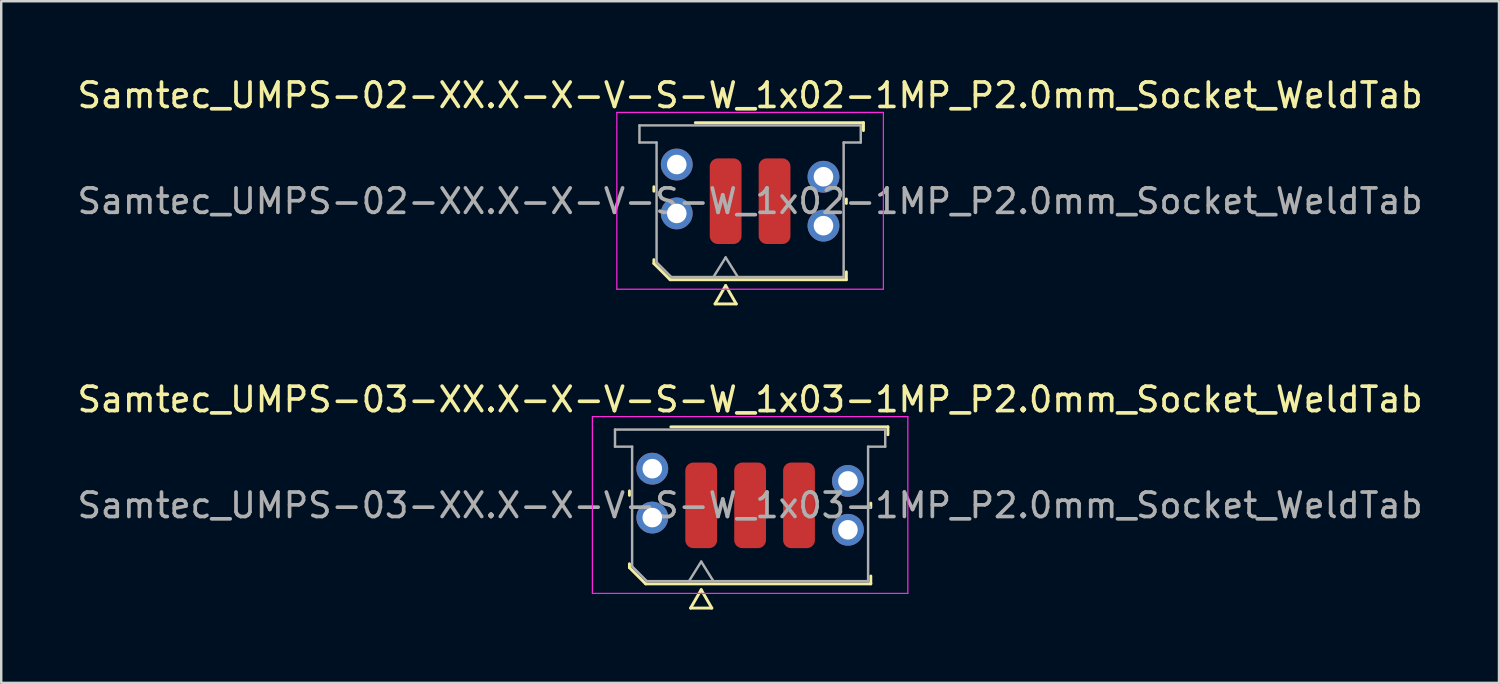
<source format=kicad_pcb>
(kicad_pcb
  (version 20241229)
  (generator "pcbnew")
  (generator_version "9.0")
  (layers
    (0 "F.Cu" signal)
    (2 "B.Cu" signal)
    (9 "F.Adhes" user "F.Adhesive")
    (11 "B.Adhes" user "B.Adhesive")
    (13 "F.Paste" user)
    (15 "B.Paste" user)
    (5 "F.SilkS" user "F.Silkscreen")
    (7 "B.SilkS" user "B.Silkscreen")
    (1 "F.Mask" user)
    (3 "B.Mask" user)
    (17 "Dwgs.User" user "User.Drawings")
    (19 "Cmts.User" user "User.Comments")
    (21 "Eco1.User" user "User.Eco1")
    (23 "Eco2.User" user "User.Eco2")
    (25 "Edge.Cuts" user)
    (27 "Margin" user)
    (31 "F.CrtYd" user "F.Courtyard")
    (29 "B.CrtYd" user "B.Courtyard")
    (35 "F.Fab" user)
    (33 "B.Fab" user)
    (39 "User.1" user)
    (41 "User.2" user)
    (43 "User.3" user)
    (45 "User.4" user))
  (footprint "Samtec_UMPS-03-XX.X-X-V-S-W_1x03-1MP_P2.0mm_Socket_WeldTab"
    (layer "F.Cu")
    (at 27.625 17.616)
    (property "Reference" "Samtec_UMPS-03-XX.X-X-V-S-W_1x03-1MP_P2.0mm_Socket_WeldTab" (at 0 -4.33 0) (layer "F.SilkS") (effects (font (size 1 1) (thickness 0.15))))
    (attr smd)
    (fp_line (start -4.935 -0.41) (end -4.935 -0.59) (stroke (width 0.12) (type solid)) (layer "F.SilkS"))
    (fp_line (start -4.935 2.546) (end -4.935 2.39) (stroke (width 0.12) (type solid)) (layer "F.SilkS"))
    (fp_line (start -4.271 3.21) (end -4.935 2.546) (stroke (width 0.12) (type solid)) (layer "F.SilkS"))
    (fp_line (start -3.24 -3.21) (end 5.635 -3.21) (stroke (width 0.12) (type solid)) (layer "F.SilkS"))
    (fp_line (start -2.433 4.2) (end -2 3.45) (stroke (width 0.12) (type solid)) (layer "F.SilkS"))
    (fp_line (start -2 3.45) (end -1.567 4.2) (stroke (width 0.12) (type solid)) (layer "F.SilkS"))
    (fp_line (start -1.567 4.2) (end -2.433 4.2) (stroke (width 0.12) (type solid)) (layer "F.SilkS"))
    (fp_line (start 4.935 -0.09) (end 4.935 0.09) (stroke (width 0.12) (type solid)) (layer "F.SilkS"))
    (fp_line (start 4.935 2.89) (end 4.935 3.21) (stroke (width 0.12) (type solid)) (layer "F.SilkS"))
    (fp_line (start 4.935 3.21) (end -4.271 3.21) (stroke (width 0.12) (type solid)) (layer "F.SilkS"))
    (fp_line (start 5.635 -3.21) (end 5.635 -2.89) (stroke (width 0.12) (type solid)) (layer "F.SilkS"))
    (fp_line (start -6.45 -3.63) (end -6.45 3.6) (stroke (width 0.05) (type solid)) (layer "F.CrtYd"))
    (fp_line (start -6.45 3.6) (end 6.45 3.6) (stroke (width 0.05) (type solid)) (layer "F.CrtYd"))
    (fp_line (start 6.45 -3.63) (end -6.45 -3.63) (stroke (width 0.05) (type solid)) (layer "F.CrtYd"))
    (fp_line (start 6.45 3.6) (end 6.45 -3.63) (stroke (width 0.05) (type solid)) (layer "F.CrtYd"))
    (fp_line (start -5.525 -3.1) (end 5.525 -3.1) (stroke (width 0.1) (type solid)) (layer "F.Fab"))
    (fp_line (start -5.525 -2.4) (end -5.525 -3.1) (stroke (width 0.1) (type solid)) (layer "F.Fab"))
    (fp_line (start -4.825 -2.4) (end -5.525 -2.4) (stroke (width 0.1) (type solid)) (layer "F.Fab"))
    (fp_line (start -4.825 2.5) (end -4.825 -2.4) (stroke (width 0.1) (type solid)) (layer "F.Fab"))
    (fp_line (start -4.225 3.1) (end -4.825 2.5) (stroke (width 0.1) (type solid)) (layer "F.Fab"))
    (fp_line (start -2.5 3.1) (end -2 2.3) (stroke (width 0.1) (type solid)) (layer "F.Fab"))
    (fp_line (start -2 2.3) (end -1.5 3.1) (stroke (width 0.1) (type solid)) (layer "F.Fab"))
    (fp_line (start 4.825 -2.4) (end 4.825 3.1) (stroke (width 0.1) (type solid)) (layer "F.Fab"))
    (fp_line (start 4.825 3.1) (end -4.225 3.1) (stroke (width 0.1) (type solid)) (layer "F.Fab"))
    (fp_line (start 5.525 -3.1) (end 5.525 -2.4) (stroke (width 0.1) (type solid)) (layer "F.Fab"))
    (fp_line (start 5.525 -2.4) (end 4.825 -2.4) (stroke (width 0.1) (type solid)) (layer "F.Fab"))
    (fp_text user "${REFERENCE}" (at 0 0 0) (layer "F.Fab") (effects (font (size 1 1) (thickness 0.15))))
    (pad "" smd rect (at -4.725 -1.99) (size 2.45 2.28) (layers "F.Paste"))
    (pad "" smd rect (at -4.725 0.99) (size 2.45 2.28) (layers "F.Paste"))
    (pad "" smd rect (at 4.725 -1.49) (size 2.45 2.28) (layers "F.Paste"))
    (pad "" smd rect (at 4.725 1.49) (size 2.45 2.28) (layers "F.Paste"))
    (pad "1" smd roundrect (at -2 0) (size 1.3 3.5) (layers "F.Cu" "F.Mask" "F.Paste") (roundrect_rratio 0.25))
    (pad "2" smd roundrect (at 0 0) (size 1.3 3.5) (layers "F.Cu" "F.Mask" "F.Paste") (roundrect_rratio 0.25))
    (pad "3" smd roundrect (at 2 0) (size 1.3 3.5) (layers "F.Cu" "F.Mask" "F.Paste") (roundrect_rratio 0.25))
    (pad "MP" thru_hole circle (at -4 -1.5) (size 1.3 1.3) (drill 0.8) (layers "*.Cu" "*.Mask"))
    (pad "MP" thru_hole circle (at -4 0.5) (size 1.3 1.3) (drill 0.8) (layers "*.Cu" "*.Mask"))
    (pad "MP" thru_hole circle (at 4 -1) (size 1.3 1.3) (drill 0.8) (layers "*.Cu" "*.Mask"))
    (pad "MP" thru_hole circle (at 4 1) (size 1.3 1.3) (drill 0.8) (layers "*.Cu" "*.Mask")))
  (footprint "Samtec_UMPS-02-XX.X-X-V-S-W_1x02-1MP_P2.0mm_Socket_WeldTab"
    (layer "F.Cu")
    (at 27.625 5.178)
    (property "Reference" "Samtec_UMPS-02-XX.X-X-V-S-W_1x02-1MP_P2.0mm_Socket_WeldTab" (at 0 -4.33 0) (layer "F.SilkS") (effects (font (size 1 1) (thickness 0.15))))
    (attr smd)
    (fp_line (start -3.935 -0.41) (end -3.935 -0.59) (stroke (width 0.12) (type solid)) (layer "F.SilkS"))
    (fp_line (start -3.935 2.546) (end -3.935 2.39) (stroke (width 0.12) (type solid)) (layer "F.SilkS"))
    (fp_line (start -3.271 3.21) (end -3.935 2.546) (stroke (width 0.12) (type solid)) (layer "F.SilkS"))
    (fp_line (start -2.24 -3.21) (end 4.635 -3.21) (stroke (width 0.12) (type solid)) (layer "F.SilkS"))
    (fp_line (start -1.433 4.2) (end -1 3.45) (stroke (width 0.12) (type solid)) (layer "F.SilkS"))
    (fp_line (start -1 3.45) (end -0.567 4.2) (stroke (width 0.12) (type solid)) (layer "F.SilkS"))
    (fp_line (start -0.567 4.2) (end -1.433 4.2) (stroke (width 0.12) (type solid)) (layer "F.SilkS"))
    (fp_line (start 3.935 -0.09) (end 3.935 0.09) (stroke (width 0.12) (type solid)) (layer "F.SilkS"))
    (fp_line (start 3.935 2.89) (end 3.935 3.21) (stroke (width 0.12) (type solid)) (layer "F.SilkS"))
    (fp_line (start 3.935 3.21) (end -3.271 3.21) (stroke (width 0.12) (type solid)) (layer "F.SilkS"))
    (fp_line (start 4.635 -3.21) (end 4.635 -2.89) (stroke (width 0.12) (type solid)) (layer "F.SilkS"))
    (fp_line (start -5.45 -3.63) (end -5.45 3.6) (stroke (width 0.05) (type solid)) (layer "F.CrtYd"))
    (fp_line (start -5.45 3.6) (end 5.45 3.6) (stroke (width 0.05) (type solid)) (layer "F.CrtYd"))
    (fp_line (start 5.45 -3.63) (end -5.45 -3.63) (stroke (width 0.05) (type solid)) (layer "F.CrtYd"))
    (fp_line (start 5.45 3.6) (end 5.45 -3.63) (stroke (width 0.05) (type solid)) (layer "F.CrtYd"))
    (fp_line (start -4.525 -3.1) (end 4.525 -3.1) (stroke (width 0.1) (type solid)) (layer "F.Fab"))
    (fp_line (start -4.525 -2.4) (end -4.525 -3.1) (stroke (width 0.1) (type solid)) (layer "F.Fab"))
    (fp_line (start -3.825 -2.4) (end -4.525 -2.4) (stroke (width 0.1) (type solid)) (layer "F.Fab"))
    (fp_line (start -3.825 2.5) (end -3.825 -2.4) (stroke (width 0.1) (type solid)) (layer "F.Fab"))
    (fp_line (start -3.225 3.1) (end -3.825 2.5) (stroke (width 0.1) (type solid)) (layer "F.Fab"))
    (fp_line (start -1.5 3.1) (end -1 2.3) (stroke (width 0.1) (type solid)) (layer "F.Fab"))
    (fp_line (start -1 2.3) (end -0.5 3.1) (stroke (width 0.1) (type solid)) (layer "F.Fab"))
    (fp_line (start 3.825 -2.4) (end 3.825 3.1) (stroke (width 0.1) (type solid)) (layer "F.Fab"))
    (fp_line (start 3.825 3.1) (end -3.225 3.1) (stroke (width 0.1) (type solid)) (layer "F.Fab"))
    (fp_line (start 4.525 -3.1) (end 4.525 -2.4) (stroke (width 0.1) (type solid)) (layer "F.Fab"))
    (fp_line (start 4.525 -2.4) (end 3.825 -2.4) (stroke (width 0.1) (type solid)) (layer "F.Fab"))
    (fp_text user "${REFERENCE}" (at 0 0 0) (layer "F.Fab") (effects (font (size 1 1) (thickness 0.15))))
    (pad "" smd rect (at -3.725 -1.99) (size 2.45 2.28) (layers "F.Paste"))
    (pad "" smd rect (at -3.725 0.99) (size 2.45 2.28) (layers "F.Paste"))
    (pad "" smd rect (at 3.725 -1.49) (size 2.45 2.28) (layers "F.Paste"))
    (pad "" smd rect (at 3.725 1.49) (size 2.45 2.28) (layers "F.Paste"))
    (pad "1" smd roundrect (at -1 0) (size 1.3 3.5) (layers "F.Cu" "F.Mask" "F.Paste") (roundrect_rratio 0.25))
    (pad "2" smd roundrect (at 1 0) (size 1.3 3.5) (layers "F.Cu" "F.Mask" "F.Paste") (roundrect_rratio 0.25))
    (pad "MP" thru_hole circle (at -3 -1.5) (size 1.3 1.3) (drill 0.8) (layers "*.Cu" "*.Mask"))
    (pad "MP" thru_hole circle (at -3 0.5) (size 1.3 1.3) (drill 0.8) (layers "*.Cu" "*.Mask"))
    (pad "MP" thru_hole circle (at 3 -1) (size 1.3 1.3) (drill 0.8) (layers "*.Cu" "*.Mask"))
    (pad "MP" thru_hole circle (at 3 1) (size 1.3 1.3) (drill 0.8) (layers "*.Cu" "*.Mask")))
  (gr_rect
    (start -3 -3)
    (end 58.25 24.877)
    (stroke (width 0.1) (type default))
    (fill no)
    (layer "Edge.Cuts")))
</source>
